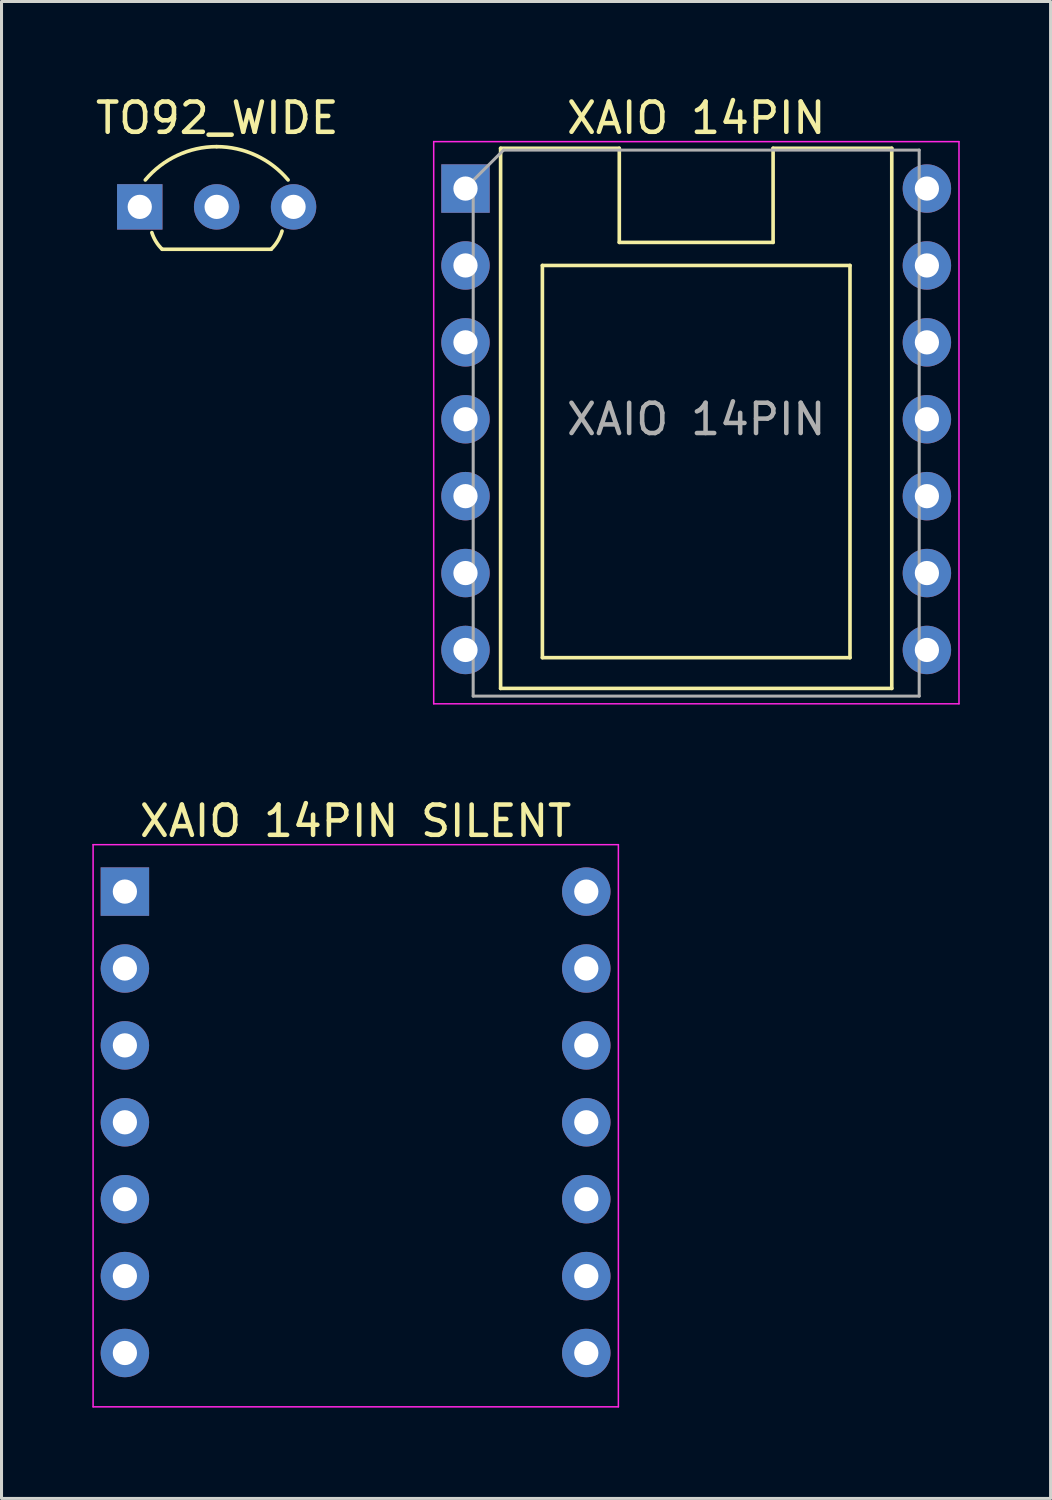
<source format=kicad_pcb>
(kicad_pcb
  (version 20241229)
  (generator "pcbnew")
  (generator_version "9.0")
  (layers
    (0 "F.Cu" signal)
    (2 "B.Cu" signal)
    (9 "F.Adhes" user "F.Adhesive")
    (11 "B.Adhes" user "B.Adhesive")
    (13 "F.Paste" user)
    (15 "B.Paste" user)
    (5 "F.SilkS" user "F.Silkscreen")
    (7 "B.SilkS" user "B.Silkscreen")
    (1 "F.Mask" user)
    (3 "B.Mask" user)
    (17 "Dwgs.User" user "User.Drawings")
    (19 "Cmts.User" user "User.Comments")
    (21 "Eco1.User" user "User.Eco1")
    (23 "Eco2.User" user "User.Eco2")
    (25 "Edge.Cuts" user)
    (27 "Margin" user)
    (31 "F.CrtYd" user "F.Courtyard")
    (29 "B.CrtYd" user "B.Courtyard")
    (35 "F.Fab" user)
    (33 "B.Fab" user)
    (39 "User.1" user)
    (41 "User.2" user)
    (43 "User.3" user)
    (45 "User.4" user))
  (footprint "XAIO 14PIN SILENT"
    (layer "F.Cu")
    (at 1.075 26.399)
    (property "Reference" "XAIO 14PIN SILENT" (at 7.62 -2.33 0) (layer "F.SilkS") (effects (font (size 1 1) (thickness 0.15))))
    (attr through_hole)
    (fp_line (start -1.05 -1.55) (end -1.05 17.018) (stroke (width 0.05) (type solid)) (layer "F.CrtYd"))
    (fp_line (start -1.05 17.018) (end 16.3 17.018) (stroke (width 0.05) (type solid)) (layer "F.CrtYd"))
    (fp_line (start 16.3 -1.55) (end -1.05 -1.55) (stroke (width 0.05) (type solid)) (layer "F.CrtYd"))
    (fp_line (start 16.3 17.018) (end 16.3 -1.55) (stroke (width 0.05) (type solid)) (layer "F.CrtYd"))
    (pad "1" thru_hole rect (at 0 0) (size 1.6 1.6) (drill 0.8) (layers "*.Cu" "*.Mask"))
    (pad "2" thru_hole oval (at 0 2.54) (size 1.6 1.6) (drill 0.8) (layers "*.Cu" "*.Mask"))
    (pad "3" thru_hole oval (at 0 5.08) (size 1.6 1.6) (drill 0.8) (layers "*.Cu" "*.Mask"))
    (pad "4" thru_hole oval (at 0 7.62) (size 1.6 1.6) (drill 0.8) (layers "*.Cu" "*.Mask"))
    (pad "5" thru_hole oval (at 0 10.16) (size 1.6 1.6) (drill 0.8) (layers "*.Cu" "*.Mask"))
    (pad "6" thru_hole oval (at 0 12.7) (size 1.6 1.6) (drill 0.8) (layers "*.Cu" "*.Mask"))
    (pad "7" thru_hole oval (at 0 15.24) (size 1.6 1.6) (drill 0.8) (layers "*.Cu" "*.Mask"))
    (pad "8" thru_hole oval (at 15.24 15.24) (size 1.6 1.6) (drill 0.8) (layers "*.Cu" "*.Mask"))
    (pad "9" thru_hole oval (at 15.24 12.7) (size 1.6 1.6) (drill 0.8) (layers "*.Cu" "*.Mask"))
    (pad "10" thru_hole oval (at 15.24 10.16) (size 1.6 1.6) (drill 0.8) (layers "*.Cu" "*.Mask"))
    (pad "11" thru_hole oval (at 15.24 7.62) (size 1.6 1.6) (drill 0.8) (layers "*.Cu" "*.Mask"))
    (pad "12" thru_hole oval (at 15.24 5.08) (size 1.6 1.6) (drill 0.8) (layers "*.Cu" "*.Mask"))
    (pad "13" thru_hole oval (at 15.24 2.54) (size 1.6 1.6) (drill 0.8) (layers "*.Cu" "*.Mask"))
    (pad "14" thru_hole oval (at 15.24 0) (size 1.6 1.6) (drill 0.8) (layers "*.Cu" "*.Mask")))
  (footprint "XAIO 14PIN"
    (layer "F.Cu")
    (at 12.325 3.178)
    (property "Reference" "XAIO 14PIN" (at 7.62 -2.33 0) (layer "F.SilkS") (effects (font (size 1 1) (thickness 0.15))))
    (attr through_hole)
    (fp_line (start 1.16 -1.33) (end 1.16 16.51) (stroke (width 0.12) (type solid)) (layer "F.SilkS"))
    (fp_line (start 1.16 16.51) (end 14.08 16.51) (stroke (width 0.12) (type solid)) (layer "F.SilkS"))
    (fp_line (start 2.54 2.54) (end 12.7 2.54) (stroke (width 0.12) (type solid)) (layer "F.SilkS"))
    (fp_line (start 2.54 15.494) (end 2.54 2.54) (stroke (width 0.12) (type solid)) (layer "F.SilkS"))
    (fp_line (start 5.08 -1.33) (end 1.16 -1.33) (stroke (width 0.12) (type solid)) (layer "F.SilkS"))
    (fp_line (start 5.08 1.778) (end 5.08 -1.33) (stroke (width 0.12) (type solid)) (layer "F.SilkS"))
    (fp_line (start 10.16 -1.33) (end 10.16 1.778) (stroke (width 0.12) (type solid)) (layer "F.SilkS"))
    (fp_line (start 10.16 1.778) (end 5.08 1.778) (stroke (width 0.12) (type solid)) (layer "F.SilkS"))
    (fp_line (start 12.7 2.54) (end 12.7 15.494) (stroke (width 0.12) (type solid)) (layer "F.SilkS"))
    (fp_line (start 12.7 15.494) (end 2.54 15.494) (stroke (width 0.12) (type solid)) (layer "F.SilkS"))
    (fp_line (start 14.08 -1.33) (end 10.16 -1.33) (stroke (width 0.12) (type solid)) (layer "F.SilkS"))
    (fp_line (start 14.08 16.51) (end 14.08 -1.33) (stroke (width 0.12) (type solid)) (layer "F.SilkS"))
    (fp_line (start -1.05 -1.55) (end -1.05 17.018) (stroke (width 0.05) (type solid)) (layer "F.CrtYd"))
    (fp_line (start -1.05 17.018) (end 16.3 17.018) (stroke (width 0.05) (type solid)) (layer "F.CrtYd"))
    (fp_line (start 16.3 -1.55) (end -1.05 -1.55) (stroke (width 0.05) (type solid)) (layer "F.CrtYd"))
    (fp_line (start 16.3 17.018) (end 16.3 -1.55) (stroke (width 0.05) (type solid)) (layer "F.CrtYd"))
    (fp_line (start 0.254 16.764) (end 0.255 -0.27) (stroke (width 0.1) (type solid)) (layer "F.Fab"))
    (fp_line (start 0.255 -0.27) (end 1.255 -1.27) (stroke (width 0.1) (type solid)) (layer "F.Fab"))
    (fp_line (start 1.255 -1.27) (end 14.985 -1.27) (stroke (width 0.1) (type solid)) (layer "F.Fab"))
    (fp_line (start 14.985 -1.27) (end 14.986 16.764) (stroke (width 0.1) (type solid)) (layer "F.Fab"))
    (fp_line (start 14.986 16.764) (end 0.254 16.764) (stroke (width 0.1) (type solid)) (layer "F.Fab"))
    (fp_text user "${REFERENCE}" (at 7.62 7.62 0) (layer "F.Fab") (effects (font (size 1 1) (thickness 0.15))))
    (pad "1" thru_hole rect (at 0 0) (size 1.6 1.6) (drill 0.8) (layers "*.Cu" "*.Mask"))
    (pad "2" thru_hole oval (at 0 2.54) (size 1.6 1.6) (drill 0.8) (layers "*.Cu" "*.Mask"))
    (pad "3" thru_hole oval (at 0 5.08) (size 1.6 1.6) (drill 0.8) (layers "*.Cu" "*.Mask"))
    (pad "4" thru_hole oval (at 0 7.62) (size 1.6 1.6) (drill 0.8) (layers "*.Cu" "*.Mask"))
    (pad "5" thru_hole oval (at 0 10.16) (size 1.6 1.6) (drill 0.8) (layers "*.Cu" "*.Mask"))
    (pad "6" thru_hole oval (at 0 12.7) (size 1.6 1.6) (drill 0.8) (layers "*.Cu" "*.Mask"))
    (pad "7" thru_hole oval (at 0 15.24) (size 1.6 1.6) (drill 0.8) (layers "*.Cu" "*.Mask"))
    (pad "8" thru_hole oval (at 15.24 15.24) (size 1.6 1.6) (drill 0.8) (layers "*.Cu" "*.Mask"))
    (pad "9" thru_hole oval (at 15.24 12.7) (size 1.6 1.6) (drill 0.8) (layers "*.Cu" "*.Mask"))
    (pad "10" thru_hole oval (at 15.24 10.16) (size 1.6 1.6) (drill 0.8) (layers "*.Cu" "*.Mask"))
    (pad "11" thru_hole oval (at 15.24 7.62) (size 1.6 1.6) (drill 0.8) (layers "*.Cu" "*.Mask"))
    (pad "12" thru_hole oval (at 15.24 5.08) (size 1.6 1.6) (drill 0.8) (layers "*.Cu" "*.Mask"))
    (pad "13" thru_hole oval (at 15.24 2.54) (size 1.6 1.6) (drill 0.8) (layers "*.Cu" "*.Mask"))
    (pad "14" thru_hole oval (at 15.24 0) (size 1.6 1.6) (drill 0.8) (layers "*.Cu" "*.Mask")))
  (footprint "TO92_WIDE"
    (layer "F.Cu")
    (at 1.585 3.769)
    (property "Reference" "TO92_WIDE" (at 2.54 -2.921 0) (unlocked yes) (layer "F.SilkS") (effects (font (size 1 1) (thickness 0.15))))
    (attr through_hole)
    (fp_line (start 0.721 1.414) (end 4.321 1.414) (stroke (width 0.12) (type solid)) (layer "F.SilkS"))
    (fp_arc (start 0.1646 -0.874942) (mid 1.220747 -1.686401) (end 2.521 -1.974942) (stroke (width 0.12) (type solid)) (layer "F.SilkS"))
    (fp_arc (start 0.721 1.4136) (mid 0.517085 1.159566) (end 0.381 0.8636) (stroke (width 0.12) (type solid)) (layer "F.SilkS"))
    (fp_arc (start 2.521 -1.974942) (mid 3.822884 -1.686437) (end 4.881 -0.874942) (stroke (width 0.12) (type solid)) (layer "F.SilkS"))
    (fp_arc (start 4.681 0.8136) (mid 4.540014 1.137008) (end 4.321 1.4136) (stroke (width 0.12) (type solid)) (layer "F.SilkS"))
    (pad "1" thru_hole rect (at -0.019 0.014) (size 1.5 1.5) (drill 0.8) (layers "*.Cu" "*.Mask"))
    (pad "2" thru_hole circle (at 2.521 0.014) (size 1.5 1.5) (drill 0.8) (layers "*.Cu" "*.Mask"))
    (pad "3" thru_hole circle (at 5.061 0.014) (size 1.5 1.5) (drill 0.8) (layers "*.Cu" "*.Mask")))
  (gr_rect
    (start -3 -3)
    (end 31.65 46.443)
    (stroke (width 0.1) (type default))
    (fill no)
    (layer "Edge.Cuts")))
</source>
